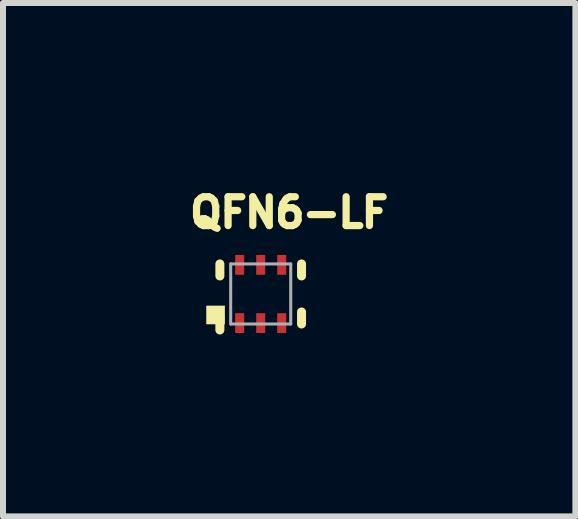
<source format=kicad_pcb>
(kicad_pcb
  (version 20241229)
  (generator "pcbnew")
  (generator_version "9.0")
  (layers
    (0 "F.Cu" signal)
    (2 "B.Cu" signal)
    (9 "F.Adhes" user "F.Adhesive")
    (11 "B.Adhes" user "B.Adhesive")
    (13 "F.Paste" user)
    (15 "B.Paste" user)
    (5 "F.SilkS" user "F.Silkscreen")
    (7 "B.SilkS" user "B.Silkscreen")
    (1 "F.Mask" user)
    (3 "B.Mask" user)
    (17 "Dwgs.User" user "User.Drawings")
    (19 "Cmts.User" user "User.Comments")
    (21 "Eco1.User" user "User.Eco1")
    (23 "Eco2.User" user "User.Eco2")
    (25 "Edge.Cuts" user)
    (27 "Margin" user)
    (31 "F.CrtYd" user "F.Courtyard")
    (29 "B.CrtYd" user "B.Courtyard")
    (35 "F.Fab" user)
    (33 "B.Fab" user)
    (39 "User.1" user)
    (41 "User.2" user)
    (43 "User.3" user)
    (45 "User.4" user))
  (footprint "QFN6-LF"
    (layer "F.Cu")
    (at 1.292 1.846)
    (property "Reference" "QFN6-LF" (at 0.474 -1.355 0) (layer "F.SilkS") (effects (font (size 0.48 0.48) (thickness 0.15))))
    (attr smd)
    (fp_poly (pts (xy -0.65 -0.1) (xy 0.65 -0.1) (xy 0.65 0.1) (xy -0.65 0.1)) (stroke (width 0.01) (type solid)) (fill yes) (layer "F.Mask"))
    (fp_poly (pts (xy -0.475 -0.7) (xy -0.225 -0.7) (xy -0.225 -0.275) (xy -0.475 -0.275)) (stroke (width 0.01) (type solid)) (fill yes) (layer "F.Mask"))
    (fp_poly (pts (xy -0.475 0.275) (xy -0.225 0.275) (xy -0.225 0.7) (xy -0.475 0.7)) (stroke (width 0.01) (type solid)) (fill yes) (layer "F.Mask"))
    (fp_poly (pts (xy -0.25 -0.15) (xy 0.25 -0.15) (xy 0.25 -0.1) (xy -0.25 -0.1)) (stroke (width 0.01) (type solid)) (fill yes) (layer "F.Mask"))
    (fp_poly (pts (xy -0.125 -0.7) (xy 0.125 -0.7) (xy 0.125 -0.275) (xy -0.125 -0.275)) (stroke (width 0.01) (type solid)) (fill yes) (layer "F.Mask"))
    (fp_poly (pts (xy -0.125 0.275) (xy 0.125 0.275) (xy 0.125 0.7) (xy -0.125 0.7)) (stroke (width 0.01) (type solid)) (fill yes) (layer "F.Mask"))
    (fp_poly (pts (xy 0.225 -0.7) (xy 0.475 -0.7) (xy 0.475 -0.275) (xy 0.225 -0.275)) (stroke (width 0.01) (type solid)) (fill yes) (layer "F.Mask"))
    (fp_poly (pts (xy 0.225 0.275) (xy 0.475 0.275) (xy 0.475 0.7) (xy 0.225 0.7)) (stroke (width 0.01) (type solid)) (fill yes) (layer "F.Mask"))
    (fp_poly (pts (xy -0.23 0.09) (xy -0.12 0.2) (xy -0.12 0.28) (xy 0.12 0.28) (xy 0.12 0.2) (xy 0.23 0.09)) (stroke (width 0.01) (type solid)) (fill yes) (layer "F.Mask"))
    (fp_line (start -0.68 -0.5) (end -0.68 -0.3) (stroke (width 0.15) (type solid)) (layer "F.SilkS"))
    (fp_line (start -0.68 0.4) (end -0.68 0.6) (stroke (width 0.15) (type solid)) (layer "F.SilkS"))
    (fp_line (start 0.68 -0.5) (end 0.68 -0.3) (stroke (width 0.15) (type solid)) (layer "F.SilkS"))
    (fp_line (start 0.68 0.3) (end 0.68 0.5) (stroke (width 0.15) (type solid)) (layer "F.SilkS"))
    (fp_poly (pts (xy -0.9 0.2) (xy -0.6 0.2) (xy -0.6 0.5) (xy -0.9 0.5)) (stroke (width 0.01) (type solid)) (fill yes) (layer "F.SilkS"))
    (fp_poly (pts (xy -0.6 -0.05) (xy 0.6 -0.05) (xy 0.6 0.05) (xy -0.6 0.05)) (stroke (width 0.01) (type solid)) (fill yes) (layer "F.Paste"))
    (fp_poly (pts (xy -0.075 0.05) (xy 0.075 0.05) (xy 0.075 0.325) (xy -0.075 0.325)) (stroke (width 0.01) (type solid)) (fill yes) (layer "F.Paste"))
    (fp_line (start -0.5 -0.5) (end 0.5 -0.5) (stroke (width 0.051) (type solid)) (layer "F.Fab"))
    (fp_line (start -0.5 0.5) (end -0.5 -0.5) (stroke (width 0.051) (type solid)) (layer "F.Fab"))
    (fp_line (start 0.5 -0.5) (end 0.5 0.5) (stroke (width 0.051) (type solid)) (layer "F.Fab"))
    (fp_line (start 0.5 0.5) (end -0.5 0.5) (stroke (width 0.051) (type solid)) (layer "F.Fab"))
    (pad "1" smd rect (at -0.35 0.485) (size 0.15 0.33) (layers "F.Cu" "F.Paste"))
    (pad "2" smd rect (at 0 0.485) (size 0.15 0.33) (layers "F.Cu" "F.Paste"))
    (pad "3" smd rect (at 0.35 0.485) (size 0.15 0.33) (layers "F.Cu" "F.Paste"))
    (pad "4" smd rect (at 0.35 -0.485) (size 0.15 0.33) (layers "F.Cu" "F.Paste"))
    (pad "5" smd rect (at 0 -0.485) (size 0.15 0.33) (layers "F.Cu" "F.Paste"))
    (pad "6" smd rect (at -0.35 -0.485) (size 0.15 0.33) (layers "F.Cu" "F.Paste")))
  (gr_rect
    (start -3 -3)
    (end 6.533 5.551)
    (stroke (width 0.1) (type default))
    (fill no)
    (layer "Edge.Cuts")))
</source>
